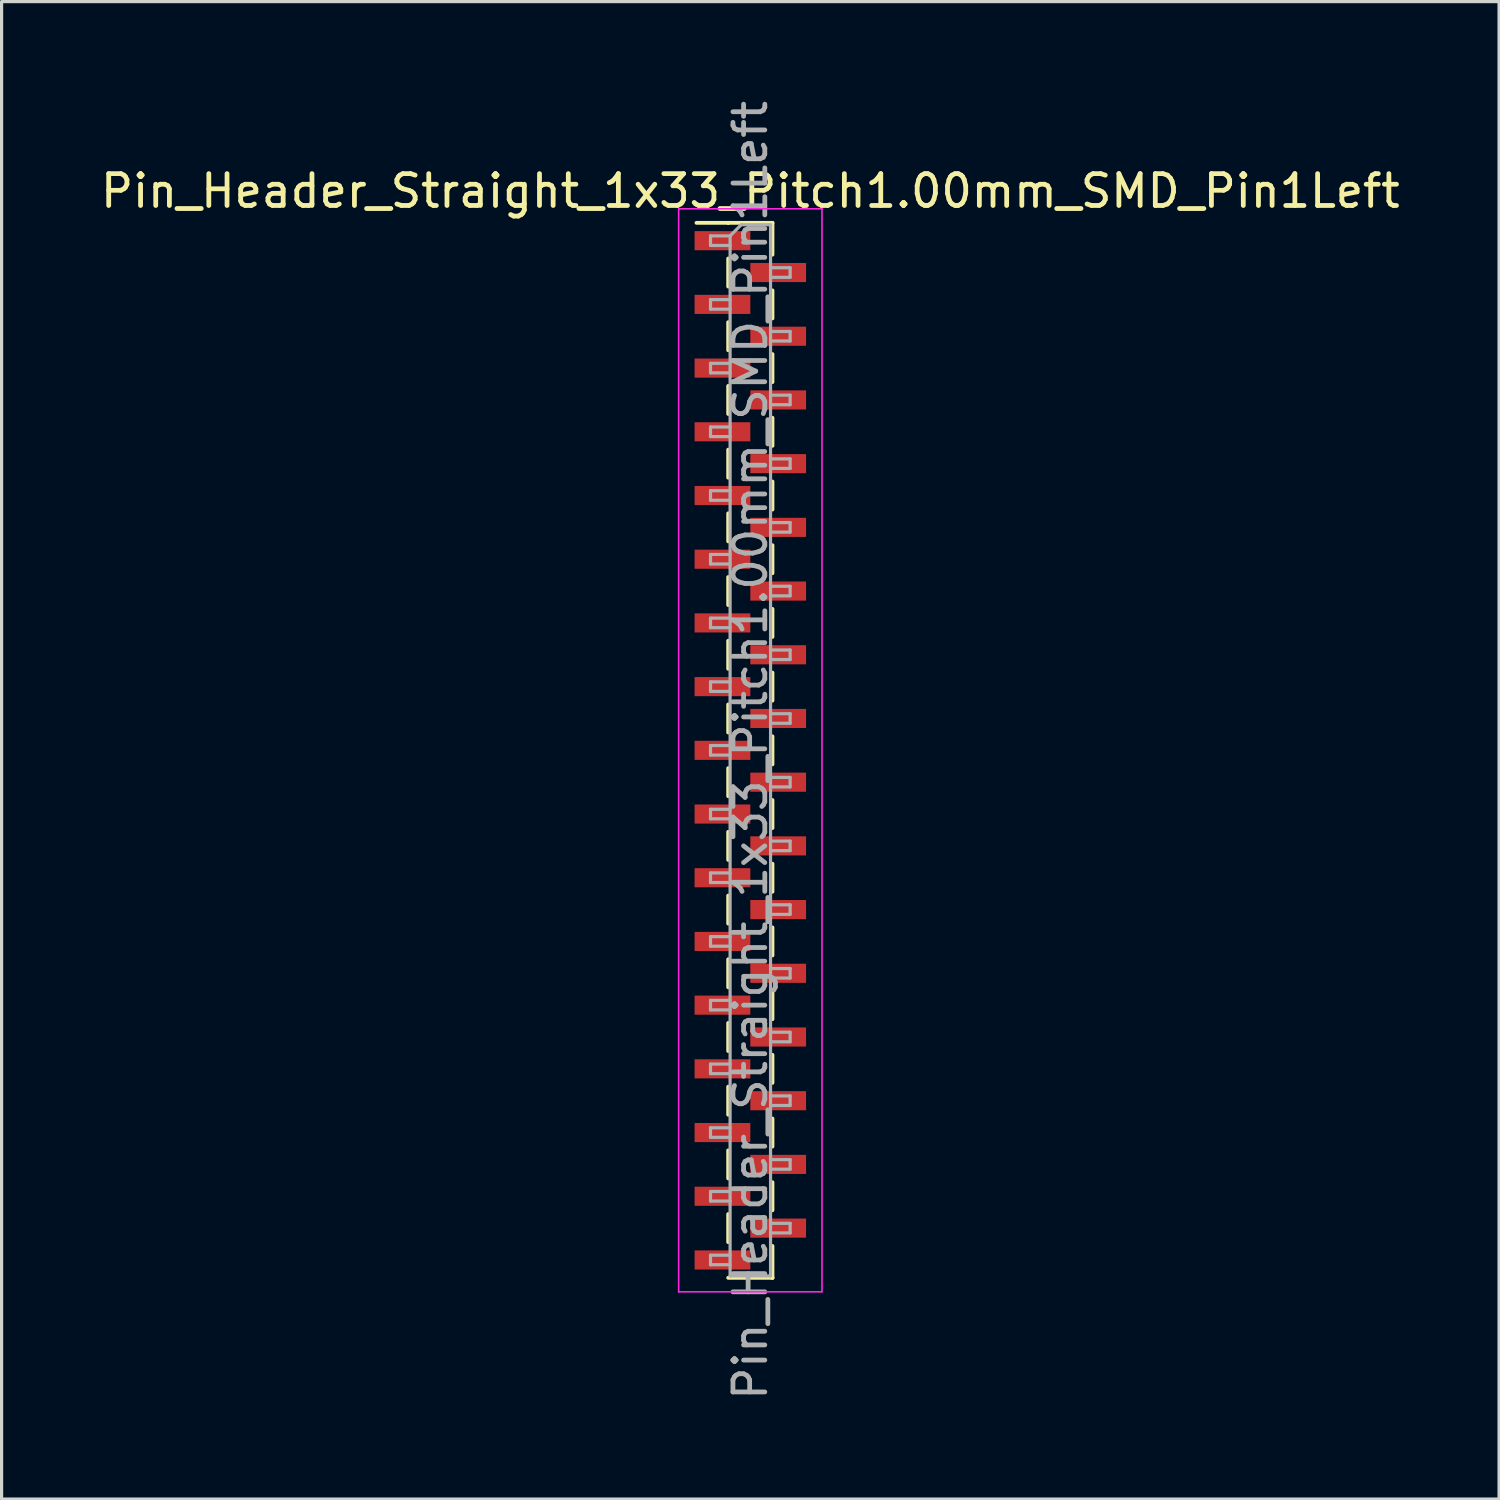
<source format=kicad_pcb>
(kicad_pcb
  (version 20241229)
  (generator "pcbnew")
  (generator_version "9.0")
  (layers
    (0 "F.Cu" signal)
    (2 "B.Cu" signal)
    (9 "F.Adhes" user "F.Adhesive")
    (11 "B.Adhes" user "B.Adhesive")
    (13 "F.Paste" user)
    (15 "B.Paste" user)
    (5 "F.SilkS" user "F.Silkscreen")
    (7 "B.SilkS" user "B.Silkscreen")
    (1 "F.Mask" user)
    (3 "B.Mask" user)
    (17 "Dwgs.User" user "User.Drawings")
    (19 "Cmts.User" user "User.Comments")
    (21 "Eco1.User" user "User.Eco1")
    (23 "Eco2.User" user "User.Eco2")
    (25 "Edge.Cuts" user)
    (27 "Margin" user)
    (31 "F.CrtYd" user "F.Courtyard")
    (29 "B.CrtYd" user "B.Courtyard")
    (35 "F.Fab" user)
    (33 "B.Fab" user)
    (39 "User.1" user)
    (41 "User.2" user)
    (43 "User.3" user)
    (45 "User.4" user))
  (footprint "Pin_Header_Straight_1x33_Pitch1.00mm_SMD_Pin1Left"
    (layer "F.Cu")
    (at 20.506 20.506)
    (property "Reference" "Pin_Header_Straight_1x33_Pitch1.00mm_SMD_Pin1Left" (at 0 -17.56 0) (layer "F.SilkS") (effects (font (size 1 1) (thickness 0.15))))
    (attr smd)
    (fp_line (start -0.695 -16.56) (end -1.69 -16.56) (stroke (width 0.12) (type solid)) (layer "F.SilkS"))
    (fp_line (start -0.695 -16.56) (end -0.695 -16.56) (stroke (width 0.12) (type solid)) (layer "F.SilkS"))
    (fp_line (start -0.695 -16.56) (end 0.695 -16.56) (stroke (width 0.12) (type solid)) (layer "F.SilkS"))
    (fp_line (start -0.695 -15.44) (end -0.695 -14.56) (stroke (width 0.12) (type solid)) (layer "F.SilkS"))
    (fp_line (start -0.695 -13.44) (end -0.695 -12.56) (stroke (width 0.12) (type solid)) (layer "F.SilkS"))
    (fp_line (start -0.695 -11.44) (end -0.695 -10.56) (stroke (width 0.12) (type solid)) (layer "F.SilkS"))
    (fp_line (start -0.695 -9.44) (end -0.695 -8.56) (stroke (width 0.12) (type solid)) (layer "F.SilkS"))
    (fp_line (start -0.695 -7.44) (end -0.695 -6.56) (stroke (width 0.12) (type solid)) (layer "F.SilkS"))
    (fp_line (start -0.695 -5.44) (end -0.695 -4.56) (stroke (width 0.12) (type solid)) (layer "F.SilkS"))
    (fp_line (start -0.695 -3.44) (end -0.695 -2.56) (stroke (width 0.12) (type solid)) (layer "F.SilkS"))
    (fp_line (start -0.695 -1.44) (end -0.695 -0.56) (stroke (width 0.12) (type solid)) (layer "F.SilkS"))
    (fp_line (start -0.695 0.56) (end -0.695 1.44) (stroke (width 0.12) (type solid)) (layer "F.SilkS"))
    (fp_line (start -0.695 2.56) (end -0.695 3.44) (stroke (width 0.12) (type solid)) (layer "F.SilkS"))
    (fp_line (start -0.695 4.56) (end -0.695 5.44) (stroke (width 0.12) (type solid)) (layer "F.SilkS"))
    (fp_line (start -0.695 6.56) (end -0.695 7.44) (stroke (width 0.12) (type solid)) (layer "F.SilkS"))
    (fp_line (start -0.695 8.56) (end -0.695 9.44) (stroke (width 0.12) (type solid)) (layer "F.SilkS"))
    (fp_line (start -0.695 10.56) (end -0.695 11.44) (stroke (width 0.12) (type solid)) (layer "F.SilkS"))
    (fp_line (start -0.695 12.56) (end -0.695 13.44) (stroke (width 0.12) (type solid)) (layer "F.SilkS"))
    (fp_line (start -0.695 14.56) (end -0.695 15.44) (stroke (width 0.12) (type solid)) (layer "F.SilkS"))
    (fp_line (start -0.695 16.56) (end 0.695 16.56) (stroke (width 0.12) (type solid)) (layer "F.SilkS"))
    (fp_line (start 0.695 -16.56) (end 0.695 -15.56) (stroke (width 0.12) (type solid)) (layer "F.SilkS"))
    (fp_line (start 0.695 -14.44) (end 0.695 -13.56) (stroke (width 0.12) (type solid)) (layer "F.SilkS"))
    (fp_line (start 0.695 -12.44) (end 0.695 -11.56) (stroke (width 0.12) (type solid)) (layer "F.SilkS"))
    (fp_line (start 0.695 -10.44) (end 0.695 -9.56) (stroke (width 0.12) (type solid)) (layer "F.SilkS"))
    (fp_line (start 0.695 -8.44) (end 0.695 -7.56) (stroke (width 0.12) (type solid)) (layer "F.SilkS"))
    (fp_line (start 0.695 -6.44) (end 0.695 -5.56) (stroke (width 0.12) (type solid)) (layer "F.SilkS"))
    (fp_line (start 0.695 -4.44) (end 0.695 -3.56) (stroke (width 0.12) (type solid)) (layer "F.SilkS"))
    (fp_line (start 0.695 -2.44) (end 0.695 -1.56) (stroke (width 0.12) (type solid)) (layer "F.SilkS"))
    (fp_line (start 0.695 -0.44) (end 0.695 0.44) (stroke (width 0.12) (type solid)) (layer "F.SilkS"))
    (fp_line (start 0.695 1.56) (end 0.695 2.44) (stroke (width 0.12) (type solid)) (layer "F.SilkS"))
    (fp_line (start 0.695 3.56) (end 0.695 4.44) (stroke (width 0.12) (type solid)) (layer "F.SilkS"))
    (fp_line (start 0.695 5.56) (end 0.695 6.44) (stroke (width 0.12) (type solid)) (layer "F.SilkS"))
    (fp_line (start 0.695 7.56) (end 0.695 8.44) (stroke (width 0.12) (type solid)) (layer "F.SilkS"))
    (fp_line (start 0.695 9.56) (end 0.695 10.44) (stroke (width 0.12) (type solid)) (layer "F.SilkS"))
    (fp_line (start 0.695 11.56) (end 0.695 12.44) (stroke (width 0.12) (type solid)) (layer "F.SilkS"))
    (fp_line (start 0.695 13.56) (end 0.695 14.44) (stroke (width 0.12) (type solid)) (layer "F.SilkS"))
    (fp_line (start 0.695 15.56) (end 0.695 16.56) (stroke (width 0.12) (type solid)) (layer "F.SilkS"))
    (fp_line (start 0.695 16.56) (end 0.695 16.56) (stroke (width 0.12) (type solid)) (layer "F.SilkS"))
    (fp_line (start -2.25 -17) (end -2.25 17) (stroke (width 0.05) (type solid)) (layer "F.CrtYd"))
    (fp_line (start -2.25 17) (end 2.25 17) (stroke (width 0.05) (type solid)) (layer "F.CrtYd"))
    (fp_line (start 2.25 -17) (end -2.25 -17) (stroke (width 0.05) (type solid)) (layer "F.CrtYd"))
    (fp_line (start 2.25 17) (end 2.25 -17) (stroke (width 0.05) (type solid)) (layer "F.CrtYd"))
    (fp_line (start -1.25 -16.15) (end -1.25 -15.85) (stroke (width 0.1) (type solid)) (layer "F.Fab"))
    (fp_line (start -1.25 -15.85) (end -0.635 -15.85) (stroke (width 0.1) (type solid)) (layer "F.Fab"))
    (fp_line (start -1.25 -14.15) (end -1.25 -13.85) (stroke (width 0.1) (type solid)) (layer "F.Fab"))
    (fp_line (start -1.25 -13.85) (end -0.635 -13.85) (stroke (width 0.1) (type solid)) (layer "F.Fab"))
    (fp_line (start -1.25 -12.15) (end -1.25 -11.85) (stroke (width 0.1) (type solid)) (layer "F.Fab"))
    (fp_line (start -1.25 -11.85) (end -0.635 -11.85) (stroke (width 0.1) (type solid)) (layer "F.Fab"))
    (fp_line (start -1.25 -10.15) (end -1.25 -9.85) (stroke (width 0.1) (type solid)) (layer "F.Fab"))
    (fp_line (start -1.25 -9.85) (end -0.635 -9.85) (stroke (width 0.1) (type solid)) (layer "F.Fab"))
    (fp_line (start -1.25 -8.15) (end -1.25 -7.85) (stroke (width 0.1) (type solid)) (layer "F.Fab"))
    (fp_line (start -1.25 -7.85) (end -0.635 -7.85) (stroke (width 0.1) (type solid)) (layer "F.Fab"))
    (fp_line (start -1.25 -6.15) (end -1.25 -5.85) (stroke (width 0.1) (type solid)) (layer "F.Fab"))
    (fp_line (start -1.25 -5.85) (end -0.635 -5.85) (stroke (width 0.1) (type solid)) (layer "F.Fab"))
    (fp_line (start -1.25 -4.15) (end -1.25 -3.85) (stroke (width 0.1) (type solid)) (layer "F.Fab"))
    (fp_line (start -1.25 -3.85) (end -0.635 -3.85) (stroke (width 0.1) (type solid)) (layer "F.Fab"))
    (fp_line (start -1.25 -2.15) (end -1.25 -1.85) (stroke (width 0.1) (type solid)) (layer "F.Fab"))
    (fp_line (start -1.25 -1.85) (end -0.635 -1.85) (stroke (width 0.1) (type solid)) (layer "F.Fab"))
    (fp_line (start -1.25 -0.15) (end -1.25 0.15) (stroke (width 0.1) (type solid)) (layer "F.Fab"))
    (fp_line (start -1.25 0.15) (end -0.635 0.15) (stroke (width 0.1) (type solid)) (layer "F.Fab"))
    (fp_line (start -1.25 1.85) (end -1.25 2.15) (stroke (width 0.1) (type solid)) (layer "F.Fab"))
    (fp_line (start -1.25 2.15) (end -0.635 2.15) (stroke (width 0.1) (type solid)) (layer "F.Fab"))
    (fp_line (start -1.25 3.85) (end -1.25 4.15) (stroke (width 0.1) (type solid)) (layer "F.Fab"))
    (fp_line (start -1.25 4.15) (end -0.635 4.15) (stroke (width 0.1) (type solid)) (layer "F.Fab"))
    (fp_line (start -1.25 5.85) (end -1.25 6.15) (stroke (width 0.1) (type solid)) (layer "F.Fab"))
    (fp_line (start -1.25 6.15) (end -0.635 6.15) (stroke (width 0.1) (type solid)) (layer "F.Fab"))
    (fp_line (start -1.25 7.85) (end -1.25 8.15) (stroke (width 0.1) (type solid)) (layer "F.Fab"))
    (fp_line (start -1.25 8.15) (end -0.635 8.15) (stroke (width 0.1) (type solid)) (layer "F.Fab"))
    (fp_line (start -1.25 9.85) (end -1.25 10.15) (stroke (width 0.1) (type solid)) (layer "F.Fab"))
    (fp_line (start -1.25 10.15) (end -0.635 10.15) (stroke (width 0.1) (type solid)) (layer "F.Fab"))
    (fp_line (start -1.25 11.85) (end -1.25 12.15) (stroke (width 0.1) (type solid)) (layer "F.Fab"))
    (fp_line (start -1.25 12.15) (end -0.635 12.15) (stroke (width 0.1) (type solid)) (layer "F.Fab"))
    (fp_line (start -1.25 13.85) (end -1.25 14.15) (stroke (width 0.1) (type solid)) (layer "F.Fab"))
    (fp_line (start -1.25 14.15) (end -0.635 14.15) (stroke (width 0.1) (type solid)) (layer "F.Fab"))
    (fp_line (start -1.25 15.85) (end -1.25 16.15) (stroke (width 0.1) (type solid)) (layer "F.Fab"))
    (fp_line (start -1.25 16.15) (end -0.635 16.15) (stroke (width 0.1) (type solid)) (layer "F.Fab"))
    (fp_line (start -0.635 -16.15) (end -1.25 -16.15) (stroke (width 0.1) (type solid)) (layer "F.Fab"))
    (fp_line (start -0.635 -16.15) (end -0.285 -16.5) (stroke (width 0.1) (type solid)) (layer "F.Fab"))
    (fp_line (start -0.635 -14.15) (end -1.25 -14.15) (stroke (width 0.1) (type solid)) (layer "F.Fab"))
    (fp_line (start -0.635 -12.15) (end -1.25 -12.15) (stroke (width 0.1) (type solid)) (layer "F.Fab"))
    (fp_line (start -0.635 -10.15) (end -1.25 -10.15) (stroke (width 0.1) (type solid)) (layer "F.Fab"))
    (fp_line (start -0.635 -8.15) (end -1.25 -8.15) (stroke (width 0.1) (type solid)) (layer "F.Fab"))
    (fp_line (start -0.635 -6.15) (end -1.25 -6.15) (stroke (width 0.1) (type solid)) (layer "F.Fab"))
    (fp_line (start -0.635 -4.15) (end -1.25 -4.15) (stroke (width 0.1) (type solid)) (layer "F.Fab"))
    (fp_line (start -0.635 -2.15) (end -1.25 -2.15) (stroke (width 0.1) (type solid)) (layer "F.Fab"))
    (fp_line (start -0.635 -0.15) (end -1.25 -0.15) (stroke (width 0.1) (type solid)) (layer "F.Fab"))
    (fp_line (start -0.635 1.85) (end -1.25 1.85) (stroke (width 0.1) (type solid)) (layer "F.Fab"))
    (fp_line (start -0.635 3.85) (end -1.25 3.85) (stroke (width 0.1) (type solid)) (layer "F.Fab"))
    (fp_line (start -0.635 5.85) (end -1.25 5.85) (stroke (width 0.1) (type solid)) (layer "F.Fab"))
    (fp_line (start -0.635 7.85) (end -1.25 7.85) (stroke (width 0.1) (type solid)) (layer "F.Fab"))
    (fp_line (start -0.635 9.85) (end -1.25 9.85) (stroke (width 0.1) (type solid)) (layer "F.Fab"))
    (fp_line (start -0.635 11.85) (end -1.25 11.85) (stroke (width 0.1) (type solid)) (layer "F.Fab"))
    (fp_line (start -0.635 13.85) (end -1.25 13.85) (stroke (width 0.1) (type solid)) (layer "F.Fab"))
    (fp_line (start -0.635 15.85) (end -1.25 15.85) (stroke (width 0.1) (type solid)) (layer "F.Fab"))
    (fp_line (start -0.635 16.5) (end -0.635 -16.15) (stroke (width 0.1) (type solid)) (layer "F.Fab"))
    (fp_line (start -0.285 -16.5) (end 0.635 -16.5) (stroke (width 0.1) (type solid)) (layer "F.Fab"))
    (fp_line (start 0.635 -16.5) (end 0.635 16.5) (stroke (width 0.1) (type solid)) (layer "F.Fab"))
    (fp_line (start 0.635 -15.15) (end 1.25 -15.15) (stroke (width 0.1) (type solid)) (layer "F.Fab"))
    (fp_line (start 0.635 -13.15) (end 1.25 -13.15) (stroke (width 0.1) (type solid)) (layer "F.Fab"))
    (fp_line (start 0.635 -11.15) (end 1.25 -11.15) (stroke (width 0.1) (type solid)) (layer "F.Fab"))
    (fp_line (start 0.635 -9.15) (end 1.25 -9.15) (stroke (width 0.1) (type solid)) (layer "F.Fab"))
    (fp_line (start 0.635 -7.15) (end 1.25 -7.15) (stroke (width 0.1) (type solid)) (layer "F.Fab"))
    (fp_line (start 0.635 -5.15) (end 1.25 -5.15) (stroke (width 0.1) (type solid)) (layer "F.Fab"))
    (fp_line (start 0.635 -3.15) (end 1.25 -3.15) (stroke (width 0.1) (type solid)) (layer "F.Fab"))
    (fp_line (start 0.635 -1.15) (end 1.25 -1.15) (stroke (width 0.1) (type solid)) (layer "F.Fab"))
    (fp_line (start 0.635 0.85) (end 1.25 0.85) (stroke (width 0.1) (type solid)) (layer "F.Fab"))
    (fp_line (start 0.635 2.85) (end 1.25 2.85) (stroke (width 0.1) (type solid)) (layer "F.Fab"))
    (fp_line (start 0.635 4.85) (end 1.25 4.85) (stroke (width 0.1) (type solid)) (layer "F.Fab"))
    (fp_line (start 0.635 6.85) (end 1.25 6.85) (stroke (width 0.1) (type solid)) (layer "F.Fab"))
    (fp_line (start 0.635 8.85) (end 1.25 8.85) (stroke (width 0.1) (type solid)) (layer "F.Fab"))
    (fp_line (start 0.635 10.85) (end 1.25 10.85) (stroke (width 0.1) (type solid)) (layer "F.Fab"))
    (fp_line (start 0.635 12.85) (end 1.25 12.85) (stroke (width 0.1) (type solid)) (layer "F.Fab"))
    (fp_line (start 0.635 14.85) (end 1.25 14.85) (stroke (width 0.1) (type solid)) (layer "F.Fab"))
    (fp_line (start 0.635 16.5) (end -0.635 16.5) (stroke (width 0.1) (type solid)) (layer "F.Fab"))
    (fp_line (start 1.25 -15.15) (end 1.25 -14.85) (stroke (width 0.1) (type solid)) (layer "F.Fab"))
    (fp_line (start 1.25 -14.85) (end 0.635 -14.85) (stroke (width 0.1) (type solid)) (layer "F.Fab"))
    (fp_line (start 1.25 -13.15) (end 1.25 -12.85) (stroke (width 0.1) (type solid)) (layer "F.Fab"))
    (fp_line (start 1.25 -12.85) (end 0.635 -12.85) (stroke (width 0.1) (type solid)) (layer "F.Fab"))
    (fp_line (start 1.25 -11.15) (end 1.25 -10.85) (stroke (width 0.1) (type solid)) (layer "F.Fab"))
    (fp_line (start 1.25 -10.85) (end 0.635 -10.85) (stroke (width 0.1) (type solid)) (layer "F.Fab"))
    (fp_line (start 1.25 -9.15) (end 1.25 -8.85) (stroke (width 0.1) (type solid)) (layer "F.Fab"))
    (fp_line (start 1.25 -8.85) (end 0.635 -8.85) (stroke (width 0.1) (type solid)) (layer "F.Fab"))
    (fp_line (start 1.25 -7.15) (end 1.25 -6.85) (stroke (width 0.1) (type solid)) (layer "F.Fab"))
    (fp_line (start 1.25 -6.85) (end 0.635 -6.85) (stroke (width 0.1) (type solid)) (layer "F.Fab"))
    (fp_line (start 1.25 -5.15) (end 1.25 -4.85) (stroke (width 0.1) (type solid)) (layer "F.Fab"))
    (fp_line (start 1.25 -4.85) (end 0.635 -4.85) (stroke (width 0.1) (type solid)) (layer "F.Fab"))
    (fp_line (start 1.25 -3.15) (end 1.25 -2.85) (stroke (width 0.1) (type solid)) (layer "F.Fab"))
    (fp_line (start 1.25 -2.85) (end 0.635 -2.85) (stroke (width 0.1) (type solid)) (layer "F.Fab"))
    (fp_line (start 1.25 -1.15) (end 1.25 -0.85) (stroke (width 0.1) (type solid)) (layer "F.Fab"))
    (fp_line (start 1.25 -0.85) (end 0.635 -0.85) (stroke (width 0.1) (type solid)) (layer "F.Fab"))
    (fp_line (start 1.25 0.85) (end 1.25 1.15) (stroke (width 0.1) (type solid)) (layer "F.Fab"))
    (fp_line (start 1.25 1.15) (end 0.635 1.15) (stroke (width 0.1) (type solid)) (layer "F.Fab"))
    (fp_line (start 1.25 2.85) (end 1.25 3.15) (stroke (width 0.1) (type solid)) (layer "F.Fab"))
    (fp_line (start 1.25 3.15) (end 0.635 3.15) (stroke (width 0.1) (type solid)) (layer "F.Fab"))
    (fp_line (start 1.25 4.85) (end 1.25 5.15) (stroke (width 0.1) (type solid)) (layer "F.Fab"))
    (fp_line (start 1.25 5.15) (end 0.635 5.15) (stroke (width 0.1) (type solid)) (layer "F.Fab"))
    (fp_line (start 1.25 6.85) (end 1.25 7.15) (stroke (width 0.1) (type solid)) (layer "F.Fab"))
    (fp_line (start 1.25 7.15) (end 0.635 7.15) (stroke (width 0.1) (type solid)) (layer "F.Fab"))
    (fp_line (start 1.25 8.85) (end 1.25 9.15) (stroke (width 0.1) (type solid)) (layer "F.Fab"))
    (fp_line (start 1.25 9.15) (end 0.635 9.15) (stroke (width 0.1) (type solid)) (layer "F.Fab"))
    (fp_line (start 1.25 10.85) (end 1.25 11.15) (stroke (width 0.1) (type solid)) (layer "F.Fab"))
    (fp_line (start 1.25 11.15) (end 0.635 11.15) (stroke (width 0.1) (type solid)) (layer "F.Fab"))
    (fp_line (start 1.25 12.85) (end 1.25 13.15) (stroke (width 0.1) (type solid)) (layer "F.Fab"))
    (fp_line (start 1.25 13.15) (end 0.635 13.15) (stroke (width 0.1) (type solid)) (layer "F.Fab"))
    (fp_line (start 1.25 14.85) (end 1.25 15.15) (stroke (width 0.1) (type solid)) (layer "F.Fab"))
    (fp_line (start 1.25 15.15) (end 0.635 15.15) (stroke (width 0.1) (type solid)) (layer "F.Fab"))
    (fp_text user "${REFERENCE}" (at 0 0 90) (layer "F.Fab") (effects (font (size 1 1) (thickness 0.15))))
    (pad "1" smd rect (at -0.875 -16) (size 1.75 0.6) (layers "F.Cu" "F.Mask" "F.Paste"))
    (pad "2" smd rect (at 0.875 -15) (size 1.75 0.6) (layers "F.Cu" "F.Mask" "F.Paste"))
    (pad "3" smd rect (at -0.875 -14) (size 1.75 0.6) (layers "F.Cu" "F.Mask" "F.Paste"))
    (pad "4" smd rect (at 0.875 -13) (size 1.75 0.6) (layers "F.Cu" "F.Mask" "F.Paste"))
    (pad "5" smd rect (at -0.875 -12) (size 1.75 0.6) (layers "F.Cu" "F.Mask" "F.Paste"))
    (pad "6" smd rect (at 0.875 -11) (size 1.75 0.6) (layers "F.Cu" "F.Mask" "F.Paste"))
    (pad "7" smd rect (at -0.875 -10) (size 1.75 0.6) (layers "F.Cu" "F.Mask" "F.Paste"))
    (pad "8" smd rect (at 0.875 -9) (size 1.75 0.6) (layers "F.Cu" "F.Mask" "F.Paste"))
    (pad "9" smd rect (at -0.875 -8) (size 1.75 0.6) (layers "F.Cu" "F.Mask" "F.Paste"))
    (pad "10" smd rect (at 0.875 -7) (size 1.75 0.6) (layers "F.Cu" "F.Mask" "F.Paste"))
    (pad "11" smd rect (at -0.875 -6) (size 1.75 0.6) (layers "F.Cu" "F.Mask" "F.Paste"))
    (pad "12" smd rect (at 0.875 -5) (size 1.75 0.6) (layers "F.Cu" "F.Mask" "F.Paste"))
    (pad "13" smd rect (at -0.875 -4) (size 1.75 0.6) (layers "F.Cu" "F.Mask" "F.Paste"))
    (pad "14" smd rect (at 0.875 -3) (size 1.75 0.6) (layers "F.Cu" "F.Mask" "F.Paste"))
    (pad "15" smd rect (at -0.875 -2) (size 1.75 0.6) (layers "F.Cu" "F.Mask" "F.Paste"))
    (pad "16" smd rect (at 0.875 -1) (size 1.75 0.6) (layers "F.Cu" "F.Mask" "F.Paste"))
    (pad "17" smd rect (at -0.875 0) (size 1.75 0.6) (layers "F.Cu" "F.Mask" "F.Paste"))
    (pad "18" smd rect (at 0.875 1) (size 1.75 0.6) (layers "F.Cu" "F.Mask" "F.Paste"))
    (pad "19" smd rect (at -0.875 2) (size 1.75 0.6) (layers "F.Cu" "F.Mask" "F.Paste"))
    (pad "20" smd rect (at 0.875 3) (size 1.75 0.6) (layers "F.Cu" "F.Mask" "F.Paste"))
    (pad "21" smd rect (at -0.875 4) (size 1.75 0.6) (layers "F.Cu" "F.Mask" "F.Paste"))
    (pad "22" smd rect (at 0.875 5) (size 1.75 0.6) (layers "F.Cu" "F.Mask" "F.Paste"))
    (pad "23" smd rect (at -0.875 6) (size 1.75 0.6) (layers "F.Cu" "F.Mask" "F.Paste"))
    (pad "24" smd rect (at 0.875 7) (size 1.75 0.6) (layers "F.Cu" "F.Mask" "F.Paste"))
    (pad "25" smd rect (at -0.875 8) (size 1.75 0.6) (layers "F.Cu" "F.Mask" "F.Paste"))
    (pad "26" smd rect (at 0.875 9) (size 1.75 0.6) (layers "F.Cu" "F.Mask" "F.Paste"))
    (pad "27" smd rect (at -0.875 10) (size 1.75 0.6) (layers "F.Cu" "F.Mask" "F.Paste"))
    (pad "28" smd rect (at 0.875 11) (size 1.75 0.6) (layers "F.Cu" "F.Mask" "F.Paste"))
    (pad "29" smd rect (at -0.875 12) (size 1.75 0.6) (layers "F.Cu" "F.Mask" "F.Paste"))
    (pad "30" smd rect (at 0.875 13) (size 1.75 0.6) (layers "F.Cu" "F.Mask" "F.Paste"))
    (pad "31" smd rect (at -0.875 14) (size 1.75 0.6) (layers "F.Cu" "F.Mask" "F.Paste"))
    (pad "32" smd rect (at 0.875 15) (size 1.75 0.6) (layers "F.Cu" "F.Mask" "F.Paste"))
    (pad "33" smd rect (at -0.875 16) (size 1.75 0.6) (layers "F.Cu" "F.Mask" "F.Paste")))
  (gr_rect
    (start -3 -3)
    (end 44.012 44.012)
    (stroke (width 0.1) (type default))
    (fill no)
    (layer "Edge.Cuts")))
</source>
